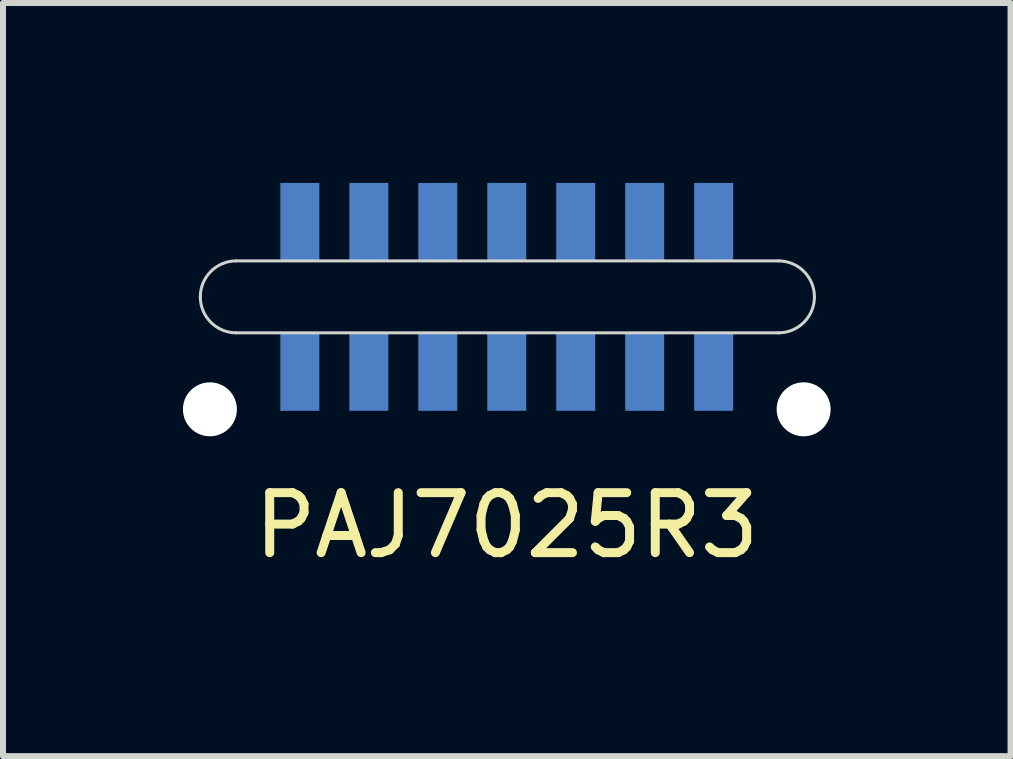
<source format=kicad_pcb>
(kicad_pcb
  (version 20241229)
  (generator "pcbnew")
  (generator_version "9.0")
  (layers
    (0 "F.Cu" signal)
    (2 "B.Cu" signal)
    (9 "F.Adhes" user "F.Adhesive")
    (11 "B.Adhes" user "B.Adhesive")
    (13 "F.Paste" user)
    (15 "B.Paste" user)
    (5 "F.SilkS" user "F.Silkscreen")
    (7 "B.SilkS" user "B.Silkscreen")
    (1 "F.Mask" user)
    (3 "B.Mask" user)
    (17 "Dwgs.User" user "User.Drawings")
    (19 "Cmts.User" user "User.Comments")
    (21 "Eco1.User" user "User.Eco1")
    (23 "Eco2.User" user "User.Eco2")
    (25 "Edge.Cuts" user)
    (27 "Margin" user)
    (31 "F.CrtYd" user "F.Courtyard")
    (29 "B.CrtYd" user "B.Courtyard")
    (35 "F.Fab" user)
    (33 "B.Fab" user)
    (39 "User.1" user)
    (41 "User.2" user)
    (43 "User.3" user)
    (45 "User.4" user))
  (footprint "PAJ7025R3"
    (layer "F.Cu")
    (at 5.4 1.9)
    (property "Reference" "PAJ7025R3" (at 0 3.81 0) (layer "F.SilkS") (effects (font (size 1 1) (thickness 0.15))))
    (attr through_hole)
    (fp_line (start -4.51 -0.6) (end 4.53 -0.6) (stroke (width 0.05) (type default)) (layer "Edge.Cuts"))
    (fp_line (start 4.53 0.6) (end -4.51 0.6) (stroke (width 0.05) (type default)) (layer "Edge.Cuts"))
    (fp_arc (start -5.11 0) (mid -4.934264 -0.424264) (end -4.51 -0.6) (stroke (width 0.05) (type default)) (layer "Edge.Cuts"))
    (fp_arc (start -4.51 0.6) (mid -4.934264 0.424264) (end -5.11 0) (stroke (width 0.05) (type default)) (layer "Edge.Cuts"))
    (fp_arc (start 4.53 -0.6) (mid 4.954264 -0.424264) (end 5.13 0) (stroke (width 0.05) (type default)) (layer "Edge.Cuts"))
    (fp_arc (start 5.13 0) (mid 4.954264 0.424264) (end 4.53 0.6) (stroke (width 0.05) (type default)) (layer "Edge.Cuts"))
    (pad "" np_thru_hole oval (at -4.95 1.875) (size 0.9 0.9) (drill 0.9) (layers "*.Cu"))
    (pad "" np_thru_hole oval (at 4.95 1.875) (size 0.9 0.9) (drill 0.9) (layers "*.Cu"))
    (pad "1" smd rect (at -3.45 1.25) (size 0.65 1.3) (layers "B.Cu" "B.Mask" "B.Paste"))
    (pad "2" smd rect (at -2.3 1.25) (size 0.65 1.3) (layers "B.Cu" "B.Mask" "B.Paste"))
    (pad "3" smd rect (at -1.15 1.25) (size 0.65 1.3) (layers "B.Cu" "B.Mask" "B.Paste"))
    (pad "4" smd rect (at 0 1.25) (size 0.65 1.3) (layers "B.Cu" "B.Mask" "B.Paste"))
    (pad "5" smd rect (at 1.15 1.25) (size 0.65 1.3) (layers "B.Cu" "B.Mask" "B.Paste"))
    (pad "6" smd rect (at 2.3 1.25) (size 0.65 1.3) (layers "B.Cu" "B.Mask" "B.Paste"))
    (pad "7" smd rect (at 3.45 1.25) (size 0.65 1.3) (layers "B.Cu" "B.Mask" "B.Paste"))
    (pad "8" smd rect (at 3.45 -1.25) (size 0.65 1.3) (layers "B.Cu" "B.Mask" "B.Paste"))
    (pad "9" smd rect (at 2.3 -1.25) (size 0.65 1.3) (layers "B.Cu" "B.Mask" "B.Paste"))
    (pad "10" smd rect (at 1.15 -1.25) (size 0.65 1.3) (layers "B.Cu" "B.Mask" "B.Paste"))
    (pad "11" smd rect (at 0 -1.25) (size 0.65 1.3) (layers "B.Cu" "B.Mask" "B.Paste"))
    (pad "12" smd rect (at -1.15 -1.25) (size 0.65 1.3) (layers "B.Cu" "B.Mask" "B.Paste"))
    (pad "13" smd rect (at -2.3 -1.25) (size 0.65 1.3) (layers "B.Cu" "B.Mask" "B.Paste"))
    (pad "14" smd rect (at -3.45 -1.25) (size 0.65 1.3) (layers "B.Cu" "B.Mask" "B.Paste")))
  (gr_rect
    (start -3 -3)
    (end 13.8 9.558)
    (stroke (width 0.1) (type default))
    (fill no)
    (layer "Edge.Cuts")))
</source>
